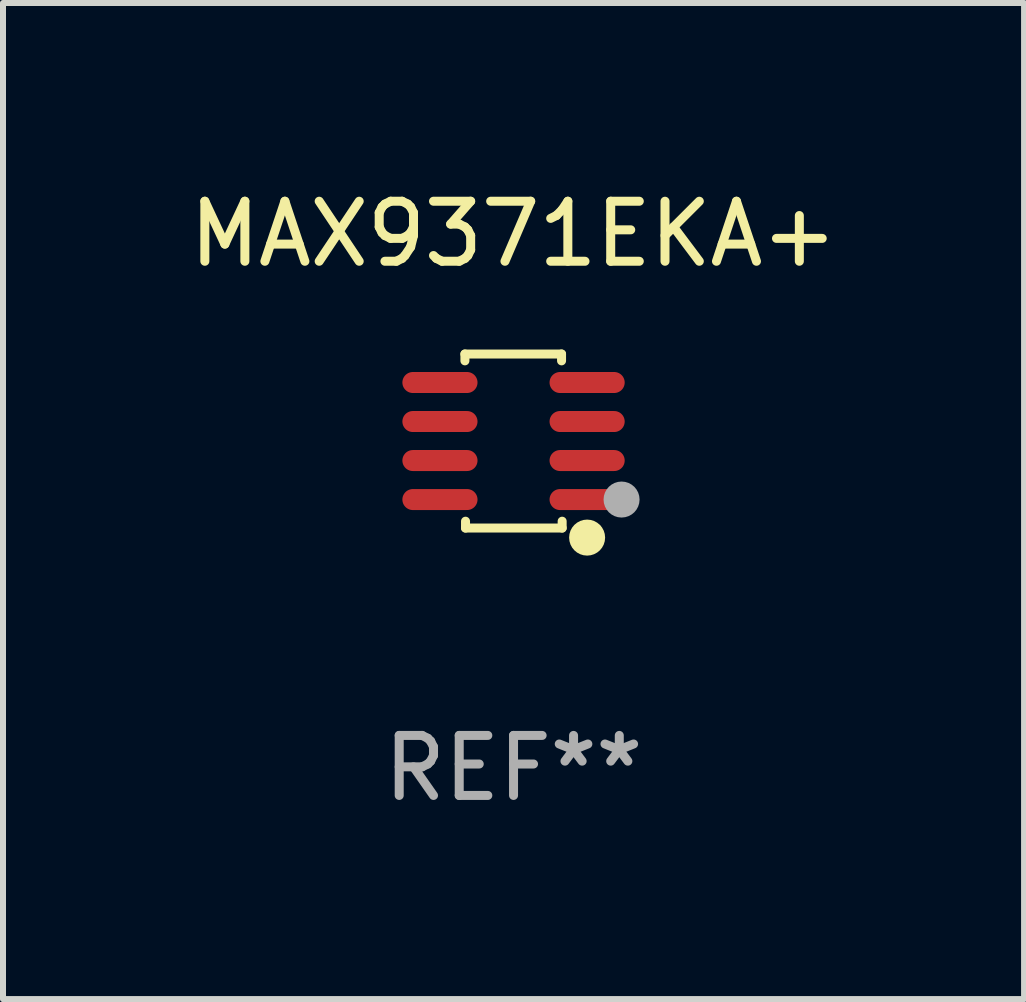
<source format=kicad_pcb>
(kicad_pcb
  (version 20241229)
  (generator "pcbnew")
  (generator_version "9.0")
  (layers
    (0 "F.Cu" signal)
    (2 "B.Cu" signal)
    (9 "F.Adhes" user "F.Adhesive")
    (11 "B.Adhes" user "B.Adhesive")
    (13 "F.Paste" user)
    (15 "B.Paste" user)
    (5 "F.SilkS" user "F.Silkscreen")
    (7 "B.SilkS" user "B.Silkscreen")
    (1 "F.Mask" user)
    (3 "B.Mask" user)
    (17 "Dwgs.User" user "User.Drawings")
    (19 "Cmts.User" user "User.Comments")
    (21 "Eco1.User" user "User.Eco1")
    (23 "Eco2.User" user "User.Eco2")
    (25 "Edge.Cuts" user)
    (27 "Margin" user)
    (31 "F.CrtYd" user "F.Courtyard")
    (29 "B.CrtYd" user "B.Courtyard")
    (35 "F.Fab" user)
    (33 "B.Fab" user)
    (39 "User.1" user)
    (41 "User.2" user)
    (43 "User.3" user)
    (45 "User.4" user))
  (footprint "MAX9371EKA+"
    (layer "F.Cu")
    (at 5.506 4.298)
    (property "Reference" "MAX9371EKA+" (at 0 -3.45 0) (layer "F.SilkS") (effects (font (size 1 1) (thickness 0.15))))
    (attr through_hole)
    (fp_line (start -0.81 -1.45) (end 0.8 -1.45) (stroke (width 0.15) (type solid)) (layer "F.SilkS"))
    (fp_line (start -0.81 -1.336) (end -0.81 -1.45) (stroke (width 0.15) (type solid)) (layer "F.SilkS"))
    (fp_line (start -0.8 1.45) (end -0.8 1.336) (stroke (width 0.15) (type solid)) (layer "F.SilkS"))
    (fp_line (start 0.8 -1.45) (end 0.8 -1.336) (stroke (width 0.15) (type solid)) (layer "F.SilkS"))
    (fp_line (start 0.81 1.336) (end 0.81 1.45) (stroke (width 0.15) (type solid)) (layer "F.SilkS"))
    (fp_line (start 0.81 1.45) (end -0.8 1.45) (stroke (width 0.15) (type solid)) (layer "F.SilkS"))
    (fp_circle (center 1.226 1.609) (end 1.376 1.609) (stroke (width 0.3) (type solid)) (fill no) (layer "F.SilkS"))
    (fp_circle (center 1.4 1.45) (end 1.43 1.45) (stroke (width 0.06) (type solid)) (fill no) (layer "F.SilkS"))
    (fp_circle (center 1.8 0.975) (end 1.95 0.975) (stroke (width 0.3) (type solid)) (fill no) (layer "F.Fab"))
    (fp_text user "REF**" (at 0 5.45 0) (layer "F.Fab") (effects (font (size 1 1) (thickness 0.15))))
    (pad "1" smd oval (at 1.226 0.975) (size 1.252 0.35) (layers "F.Cu" "F.Mask" "F.Paste"))
    (pad "2" smd oval (at 1.226 0.325) (size 1.252 0.35) (layers "F.Cu" "F.Mask" "F.Paste"))
    (pad "3" smd oval (at 1.226 -0.325) (size 1.252 0.35) (layers "F.Cu" "F.Mask" "F.Paste"))
    (pad "4" smd oval (at 1.226 -0.975) (size 1.252 0.35) (layers "F.Cu" "F.Mask" "F.Paste"))
    (pad "5" smd oval (at -1.226 -0.975) (size 1.252 0.35) (layers "F.Cu" "F.Mask" "F.Paste"))
    (pad "6" smd oval (at -1.226 -0.325) (size 1.252 0.35) (layers "F.Cu" "F.Mask" "F.Paste"))
    (pad "7" smd oval (at -1.226 0.325) (size 1.252 0.35) (layers "F.Cu" "F.Mask" "F.Paste"))
    (pad "8" smd oval (at -1.226 0.975) (size 1.252 0.35) (layers "F.Cu" "F.Mask" "F.Paste")))
  (gr_rect
    (start -3 -3)
    (end 14.012 13.596)
    (stroke (width 0.1) (type default))
    (fill no)
    (layer "Edge.Cuts")))
</source>
